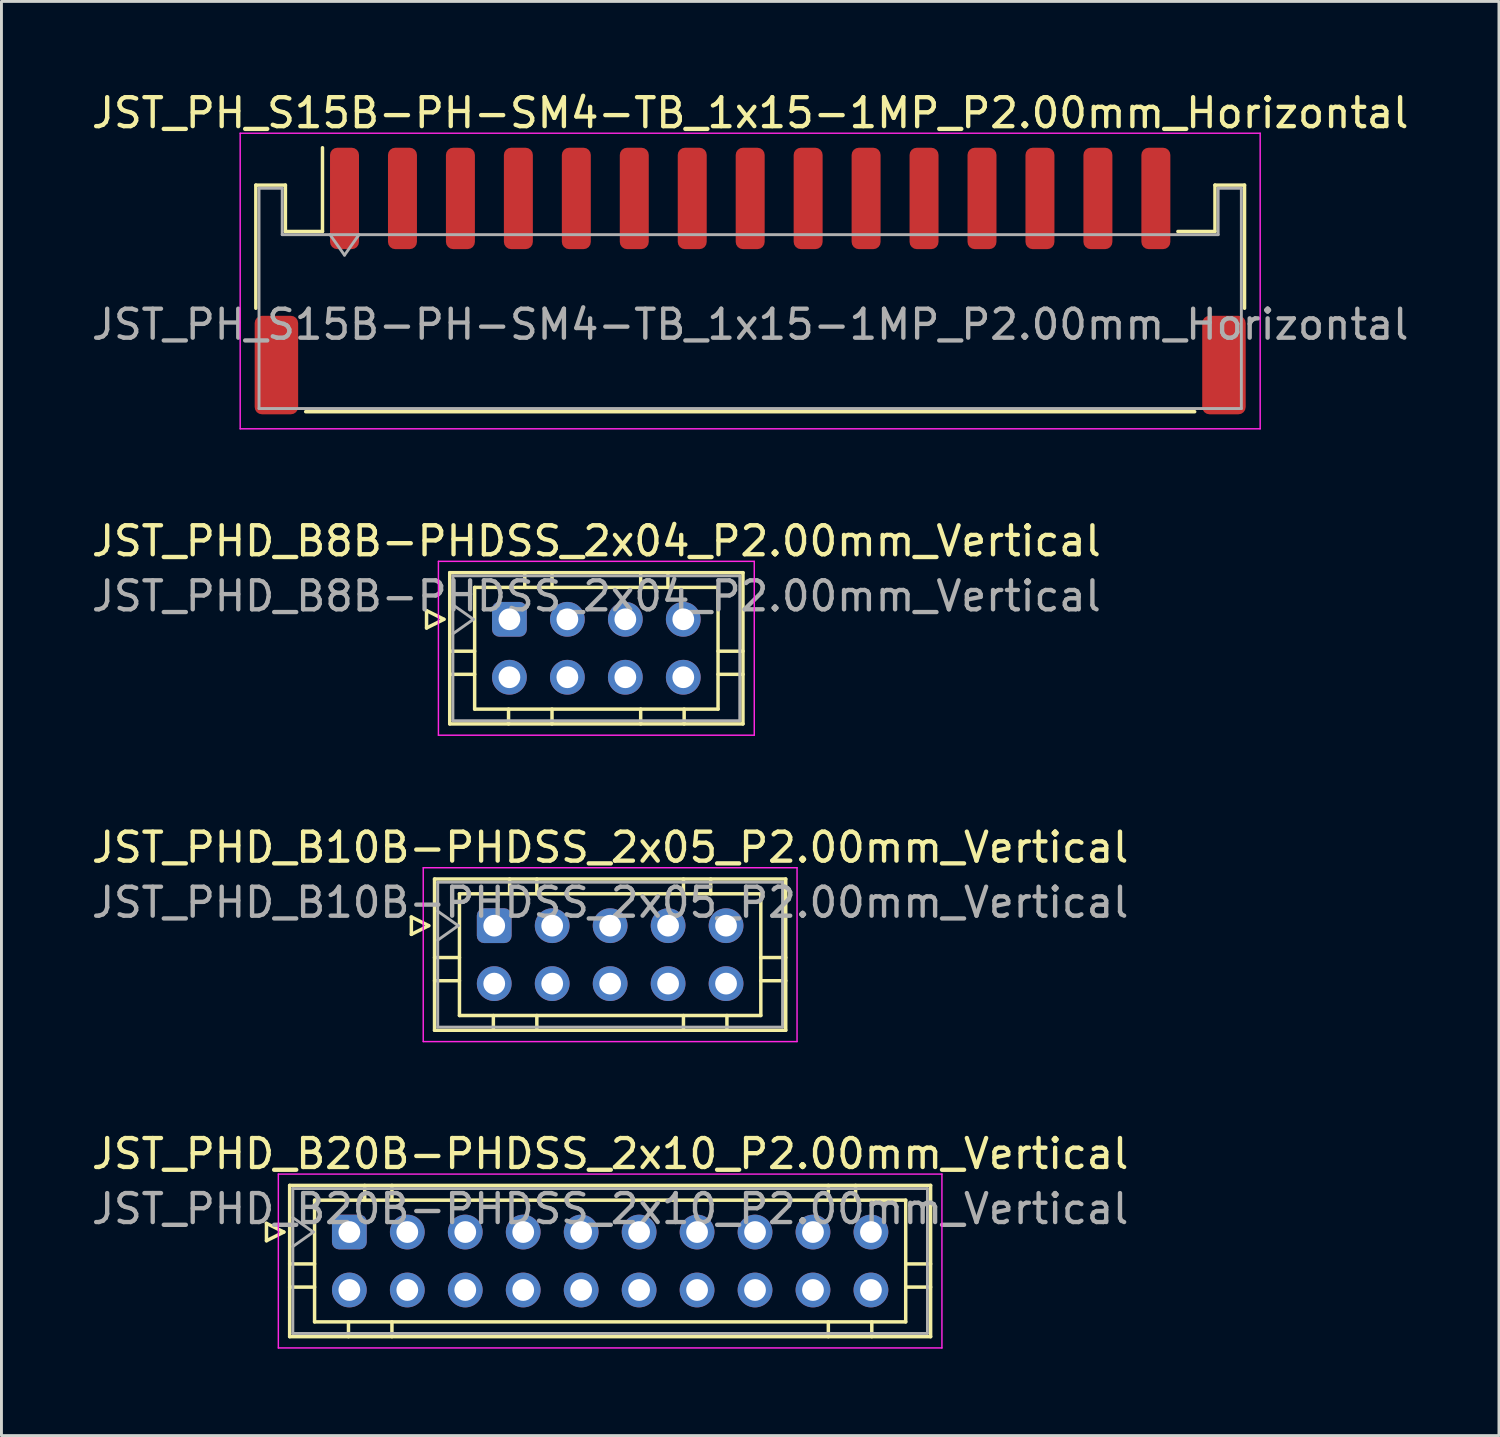
<source format=kicad_pcb>
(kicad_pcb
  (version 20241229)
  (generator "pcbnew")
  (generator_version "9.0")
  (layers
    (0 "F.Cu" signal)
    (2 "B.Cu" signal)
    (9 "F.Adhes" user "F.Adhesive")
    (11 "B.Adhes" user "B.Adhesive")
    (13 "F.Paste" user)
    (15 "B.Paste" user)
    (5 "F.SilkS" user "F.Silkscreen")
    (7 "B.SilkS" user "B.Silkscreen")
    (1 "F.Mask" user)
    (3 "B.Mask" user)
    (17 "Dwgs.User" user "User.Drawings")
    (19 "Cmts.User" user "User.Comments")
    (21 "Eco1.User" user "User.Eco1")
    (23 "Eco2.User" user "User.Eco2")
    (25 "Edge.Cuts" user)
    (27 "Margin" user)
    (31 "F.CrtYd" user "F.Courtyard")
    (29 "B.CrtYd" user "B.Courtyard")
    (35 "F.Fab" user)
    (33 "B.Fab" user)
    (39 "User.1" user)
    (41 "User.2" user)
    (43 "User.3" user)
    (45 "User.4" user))
  (footprint "JST_PH_S15B-PH-SM4-TB_1x15-1MP_P2.00mm_Horizontal"
    (layer "F.Cu")
    (at 22.839 6.648)
    (property "Reference" "JST_PH_S15B-PH-SM4-TB_1x15-1MP_P2.00mm_Horizontal" (at 0 -5.8 0) (layer "F.SilkS") (effects (font (size 1 1) (thickness 0.15))))
    (attr smd)
    (fp_line (start -17.06 -3.31) (end -16.04 -3.31) (stroke (width 0.12) (type solid)) (layer "F.SilkS"))
    (fp_line (start -17.06 0.94) (end -17.06 -3.31) (stroke (width 0.12) (type solid)) (layer "F.SilkS"))
    (fp_line (start -16.04 -3.31) (end -16.04 -1.71) (stroke (width 0.12) (type solid)) (layer "F.SilkS"))
    (fp_line (start -16.04 -1.71) (end -14.76 -1.71) (stroke (width 0.12) (type solid)) (layer "F.SilkS"))
    (fp_line (start -15.34 4.51) (end 15.34 4.51) (stroke (width 0.12) (type solid)) (layer "F.SilkS"))
    (fp_line (start -14.76 -1.71) (end -14.76 -4.6) (stroke (width 0.12) (type solid)) (layer "F.SilkS"))
    (fp_line (start 16.04 -3.31) (end 16.04 -1.71) (stroke (width 0.12) (type solid)) (layer "F.SilkS"))
    (fp_line (start 16.04 -1.71) (end 14.76 -1.71) (stroke (width 0.12) (type solid)) (layer "F.SilkS"))
    (fp_line (start 17.06 -3.31) (end 16.04 -3.31) (stroke (width 0.12) (type solid)) (layer "F.SilkS"))
    (fp_line (start 17.06 0.94) (end 17.06 -3.31) (stroke (width 0.12) (type solid)) (layer "F.SilkS"))
    (fp_line (start -17.6 -5.1) (end -17.6 5.1) (stroke (width 0.05) (type solid)) (layer "F.CrtYd"))
    (fp_line (start -17.6 5.1) (end 17.6 5.1) (stroke (width 0.05) (type solid)) (layer "F.CrtYd"))
    (fp_line (start 17.6 -5.1) (end -17.6 -5.1) (stroke (width 0.05) (type solid)) (layer "F.CrtYd"))
    (fp_line (start 17.6 5.1) (end 17.6 -5.1) (stroke (width 0.05) (type solid)) (layer "F.CrtYd"))
    (fp_line (start -16.95 -3.2) (end -16.95 4.4) (stroke (width 0.1) (type solid)) (layer "F.Fab"))
    (fp_line (start -16.95 -3.2) (end -16.15 -3.2) (stroke (width 0.1) (type solid)) (layer "F.Fab"))
    (fp_line (start -16.95 4.4) (end 16.95 4.4) (stroke (width 0.1) (type solid)) (layer "F.Fab"))
    (fp_line (start -16.15 -3.2) (end -16.15 -1.6) (stroke (width 0.1) (type solid)) (layer "F.Fab"))
    (fp_line (start -16.15 -1.6) (end 16.15 -1.6) (stroke (width 0.1) (type solid)) (layer "F.Fab"))
    (fp_line (start -14.5 -1.6) (end -14 -0.893) (stroke (width 0.1) (type solid)) (layer "F.Fab"))
    (fp_line (start -14 -0.893) (end -13.5 -1.6) (stroke (width 0.1) (type solid)) (layer "F.Fab"))
    (fp_line (start 16.15 -3.2) (end 16.95 -3.2) (stroke (width 0.1) (type solid)) (layer "F.Fab"))
    (fp_line (start 16.15 -1.6) (end 16.15 -3.2) (stroke (width 0.1) (type solid)) (layer "F.Fab"))
    (fp_line (start 16.95 -3.2) (end 16.95 4.4) (stroke (width 0.1) (type solid)) (layer "F.Fab"))
    (fp_text user "${REFERENCE}" (at 0 1.5 0) (layer "F.Fab") (effects (font (size 1 1) (thickness 0.15))))
    (pad "1" smd roundrect (at -14 -2.85) (size 1 3.5) (layers "F.Cu" "F.Mask" "F.Paste") (roundrect_rratio 0.25))
    (pad "2" smd roundrect (at -12 -2.85) (size 1 3.5) (layers "F.Cu" "F.Mask" "F.Paste") (roundrect_rratio 0.25))
    (pad "3" smd roundrect (at -10 -2.85) (size 1 3.5) (layers "F.Cu" "F.Mask" "F.Paste") (roundrect_rratio 0.25))
    (pad "4" smd roundrect (at -8 -2.85) (size 1 3.5) (layers "F.Cu" "F.Mask" "F.Paste") (roundrect_rratio 0.25))
    (pad "5" smd roundrect (at -6 -2.85) (size 1 3.5) (layers "F.Cu" "F.Mask" "F.Paste") (roundrect_rratio 0.25))
    (pad "6" smd roundrect (at -4 -2.85) (size 1 3.5) (layers "F.Cu" "F.Mask" "F.Paste") (roundrect_rratio 0.25))
    (pad "7" smd roundrect (at -2 -2.85) (size 1 3.5) (layers "F.Cu" "F.Mask" "F.Paste") (roundrect_rratio 0.25))
    (pad "8" smd roundrect (at 0 -2.85) (size 1 3.5) (layers "F.Cu" "F.Mask" "F.Paste") (roundrect_rratio 0.25))
    (pad "9" smd roundrect (at 2 -2.85) (size 1 3.5) (layers "F.Cu" "F.Mask" "F.Paste") (roundrect_rratio 0.25))
    (pad "10" smd roundrect (at 4 -2.85) (size 1 3.5) (layers "F.Cu" "F.Mask" "F.Paste") (roundrect_rratio 0.25))
    (pad "11" smd roundrect (at 6 -2.85) (size 1 3.5) (layers "F.Cu" "F.Mask" "F.Paste") (roundrect_rratio 0.25))
    (pad "12" smd roundrect (at 8 -2.85) (size 1 3.5) (layers "F.Cu" "F.Mask" "F.Paste") (roundrect_rratio 0.25))
    (pad "13" smd roundrect (at 10 -2.85) (size 1 3.5) (layers "F.Cu" "F.Mask" "F.Paste") (roundrect_rratio 0.25))
    (pad "14" smd roundrect (at 12 -2.85) (size 1 3.5) (layers "F.Cu" "F.Mask" "F.Paste") (roundrect_rratio 0.25))
    (pad "15" smd roundrect (at 14 -2.85) (size 1 3.5) (layers "F.Cu" "F.Mask" "F.Paste") (roundrect_rratio 0.25))
    (pad "MP" smd roundrect (at -16.35 2.9) (size 1.5 3.4) (layers "F.Cu" "F.Mask" "F.Paste") (roundrect_rratio 0.167))
    (pad "MP" smd roundrect (at 16.35 2.9) (size 1.5 3.4) (layers "F.Cu" "F.Mask" "F.Paste") (roundrect_rratio 0.167)))
  (footprint "JST_PHD_B8B-PHDSS_2x04_P2.00mm_Vertical"
    (layer "F.Cu")
    (at 14.53 18.322)
    (property "Reference" "JST_PHD_B8B-PHDSS_2x04_P2.00mm_Vertical" (at 3 -2.7 0) (layer "F.SilkS") (effects (font (size 1 1) (thickness 0.15))))
    (attr through_hole)
    (fp_line (start -2.86 -0.3) (end -2.26 0) (stroke (width 0.12) (type solid)) (layer "F.SilkS"))
    (fp_line (start -2.86 0.3) (end -2.86 -0.3) (stroke (width 0.12) (type solid)) (layer "F.SilkS"))
    (fp_line (start -2.26 0) (end -2.86 0.3) (stroke (width 0.12) (type solid)) (layer "F.SilkS"))
    (fp_line (start -2.06 -1.61) (end -2.06 3.61) (stroke (width 0.12) (type solid)) (layer "F.SilkS"))
    (fp_line (start -2.06 1.1) (end -1.2 1.1) (stroke (width 0.12) (type solid)) (layer "F.SilkS"))
    (fp_line (start -2.06 1.9) (end -1.2 1.9) (stroke (width 0.12) (type solid)) (layer "F.SilkS"))
    (fp_line (start -2.06 3.61) (end 8.06 3.61) (stroke (width 0.12) (type solid)) (layer "F.SilkS"))
    (fp_line (start -1.2 -1.1) (end -1.2 3.1) (stroke (width 0.12) (type solid)) (layer "F.SilkS"))
    (fp_line (start -1.2 3.1) (end 7.2 3.1) (stroke (width 0.12) (type solid)) (layer "F.SilkS"))
    (fp_line (start -0.03 3.61) (end -0.03 3.1) (stroke (width 0.12) (type solid)) (layer "F.SilkS"))
    (fp_line (start 0.53 -1.61) (end 0.53 -1.1) (stroke (width 0.12) (type solid)) (layer "F.SilkS"))
    (fp_line (start 1.47 -1.61) (end 1.47 -1.1) (stroke (width 0.12) (type solid)) (layer "F.SilkS"))
    (fp_line (start 1.47 3.61) (end 1.47 3.1) (stroke (width 0.12) (type solid)) (layer "F.SilkS"))
    (fp_line (start 4.53 -1.61) (end 4.53 -1.1) (stroke (width 0.12) (type solid)) (layer "F.SilkS"))
    (fp_line (start 4.53 3.61) (end 4.53 3.1) (stroke (width 0.12) (type solid)) (layer "F.SilkS"))
    (fp_line (start 5.47 -1.61) (end 5.47 -1.1) (stroke (width 0.12) (type solid)) (layer "F.SilkS"))
    (fp_line (start 6.03 3.61) (end 6.03 3.1) (stroke (width 0.12) (type solid)) (layer "F.SilkS"))
    (fp_line (start 7.2 -1.1) (end -1.2 -1.1) (stroke (width 0.12) (type solid)) (layer "F.SilkS"))
    (fp_line (start 7.2 3.1) (end 7.2 -1.1) (stroke (width 0.12) (type solid)) (layer "F.SilkS"))
    (fp_line (start 8.06 -1.61) (end -2.06 -1.61) (stroke (width 0.12) (type solid)) (layer "F.SilkS"))
    (fp_line (start 8.06 1.1) (end 7.2 1.1) (stroke (width 0.12) (type solid)) (layer "F.SilkS"))
    (fp_line (start 8.06 1.9) (end 7.2 1.9) (stroke (width 0.12) (type solid)) (layer "F.SilkS"))
    (fp_line (start 8.06 3.61) (end 8.06 -1.61) (stroke (width 0.12) (type solid)) (layer "F.SilkS"))
    (fp_line (start -2.45 -2) (end -2.45 4) (stroke (width 0.05) (type solid)) (layer "F.CrtYd"))
    (fp_line (start -2.45 4) (end 8.45 4) (stroke (width 0.05) (type solid)) (layer "F.CrtYd"))
    (fp_line (start 8.45 -2) (end -2.45 -2) (stroke (width 0.05) (type solid)) (layer "F.CrtYd"))
    (fp_line (start 8.45 4) (end 8.45 -2) (stroke (width 0.05) (type solid)) (layer "F.CrtYd"))
    (fp_line (start -1.95 -1.5) (end -1.95 3.5) (stroke (width 0.1) (type solid)) (layer "F.Fab"))
    (fp_line (start -1.95 0.5) (end -1.243 0) (stroke (width 0.1) (type solid)) (layer "F.Fab"))
    (fp_line (start -1.95 3.5) (end 7.95 3.5) (stroke (width 0.1) (type solid)) (layer "F.Fab"))
    (fp_line (start -1.243 0) (end -1.95 -0.5) (stroke (width 0.1) (type solid)) (layer "F.Fab"))
    (fp_line (start 7.95 -1.5) (end -1.95 -1.5) (stroke (width 0.1) (type solid)) (layer "F.Fab"))
    (fp_line (start 7.95 3.5) (end 7.95 -1.5) (stroke (width 0.1) (type solid)) (layer "F.Fab"))
    (fp_text user "${REFERENCE}" (at 3 -0.8 0) (layer "F.Fab") (effects (font (size 1 1) (thickness 0.15))))
    (pad "1" thru_hole roundrect (at 0 0) (size 1.2 1.2) (drill 0.75) (layers "*.Cu" "*.Mask") (roundrect_rratio 0.208))
    (pad "2" thru_hole circle (at 0 2) (size 1.2 1.2) (drill 0.75) (layers "*.Cu" "*.Mask"))
    (pad "3" thru_hole circle (at 2 0) (size 1.2 1.2) (drill 0.75) (layers "*.Cu" "*.Mask"))
    (pad "4" thru_hole circle (at 2 2) (size 1.2 1.2) (drill 0.75) (layers "*.Cu" "*.Mask"))
    (pad "5" thru_hole circle (at 4 0) (size 1.2 1.2) (drill 0.75) (layers "*.Cu" "*.Mask"))
    (pad "6" thru_hole circle (at 4 2) (size 1.2 1.2) (drill 0.75) (layers "*.Cu" "*.Mask"))
    (pad "7" thru_hole circle (at 6 0) (size 1.2 1.2) (drill 0.75) (layers "*.Cu" "*.Mask"))
    (pad "8" thru_hole circle (at 6 2) (size 1.2 1.2) (drill 0.75) (layers "*.Cu" "*.Mask")))
  (footprint "JST_PHD_B10B-PHDSS_2x05_P2.00mm_Vertical"
    (layer "F.Cu")
    (at 14.006 28.895)
    (property "Reference" "JST_PHD_B10B-PHDSS_2x05_P2.00mm_Vertical" (at 4 -2.7 0) (layer "F.SilkS") (effects (font (size 1 1) (thickness 0.15))))
    (attr through_hole)
    (fp_line (start -2.86 -0.3) (end -2.26 0) (stroke (width 0.12) (type solid)) (layer "F.SilkS"))
    (fp_line (start -2.86 0.3) (end -2.86 -0.3) (stroke (width 0.12) (type solid)) (layer "F.SilkS"))
    (fp_line (start -2.26 0) (end -2.86 0.3) (stroke (width 0.12) (type solid)) (layer "F.SilkS"))
    (fp_line (start -2.06 -1.61) (end -2.06 3.61) (stroke (width 0.12) (type solid)) (layer "F.SilkS"))
    (fp_line (start -2.06 1.1) (end -1.2 1.1) (stroke (width 0.12) (type solid)) (layer "F.SilkS"))
    (fp_line (start -2.06 1.9) (end -1.2 1.9) (stroke (width 0.12) (type solid)) (layer "F.SilkS"))
    (fp_line (start -2.06 3.61) (end 10.06 3.61) (stroke (width 0.12) (type solid)) (layer "F.SilkS"))
    (fp_line (start -1.2 -1.1) (end -1.2 3.1) (stroke (width 0.12) (type solid)) (layer "F.SilkS"))
    (fp_line (start -1.2 3.1) (end 9.2 3.1) (stroke (width 0.12) (type solid)) (layer "F.SilkS"))
    (fp_line (start -0.03 3.61) (end -0.03 3.1) (stroke (width 0.12) (type solid)) (layer "F.SilkS"))
    (fp_line (start 0.53 -1.61) (end 0.53 -1.1) (stroke (width 0.12) (type solid)) (layer "F.SilkS"))
    (fp_line (start 1.47 -1.61) (end 1.47 -1.1) (stroke (width 0.12) (type solid)) (layer "F.SilkS"))
    (fp_line (start 1.47 3.61) (end 1.47 3.1) (stroke (width 0.12) (type solid)) (layer "F.SilkS"))
    (fp_line (start 6.53 -1.61) (end 6.53 -1.1) (stroke (width 0.12) (type solid)) (layer "F.SilkS"))
    (fp_line (start 6.53 3.61) (end 6.53 3.1) (stroke (width 0.12) (type solid)) (layer "F.SilkS"))
    (fp_line (start 7.47 -1.61) (end 7.47 -1.1) (stroke (width 0.12) (type solid)) (layer "F.SilkS"))
    (fp_line (start 8.03 3.61) (end 8.03 3.1) (stroke (width 0.12) (type solid)) (layer "F.SilkS"))
    (fp_line (start 9.2 -1.1) (end -1.2 -1.1) (stroke (width 0.12) (type solid)) (layer "F.SilkS"))
    (fp_line (start 9.2 3.1) (end 9.2 -1.1) (stroke (width 0.12) (type solid)) (layer "F.SilkS"))
    (fp_line (start 10.06 -1.61) (end -2.06 -1.61) (stroke (width 0.12) (type solid)) (layer "F.SilkS"))
    (fp_line (start 10.06 1.1) (end 9.2 1.1) (stroke (width 0.12) (type solid)) (layer "F.SilkS"))
    (fp_line (start 10.06 1.9) (end 9.2 1.9) (stroke (width 0.12) (type solid)) (layer "F.SilkS"))
    (fp_line (start 10.06 3.61) (end 10.06 -1.61) (stroke (width 0.12) (type solid)) (layer "F.SilkS"))
    (fp_line (start -2.45 -2) (end -2.45 4) (stroke (width 0.05) (type solid)) (layer "F.CrtYd"))
    (fp_line (start -2.45 4) (end 10.45 4) (stroke (width 0.05) (type solid)) (layer "F.CrtYd"))
    (fp_line (start 10.45 -2) (end -2.45 -2) (stroke (width 0.05) (type solid)) (layer "F.CrtYd"))
    (fp_line (start 10.45 4) (end 10.45 -2) (stroke (width 0.05) (type solid)) (layer "F.CrtYd"))
    (fp_line (start -1.95 -1.5) (end -1.95 3.5) (stroke (width 0.1) (type solid)) (layer "F.Fab"))
    (fp_line (start -1.95 0.5) (end -1.243 0) (stroke (width 0.1) (type solid)) (layer "F.Fab"))
    (fp_line (start -1.95 3.5) (end 9.95 3.5) (stroke (width 0.1) (type solid)) (layer "F.Fab"))
    (fp_line (start -1.243 0) (end -1.95 -0.5) (stroke (width 0.1) (type solid)) (layer "F.Fab"))
    (fp_line (start 9.95 -1.5) (end -1.95 -1.5) (stroke (width 0.1) (type solid)) (layer "F.Fab"))
    (fp_line (start 9.95 3.5) (end 9.95 -1.5) (stroke (width 0.1) (type solid)) (layer "F.Fab"))
    (fp_text user "${REFERENCE}" (at 4 -0.8 0) (layer "F.Fab") (effects (font (size 1 1) (thickness 0.15))))
    (pad "1" thru_hole roundrect (at 0 0) (size 1.2 1.2) (drill 0.75) (layers "*.Cu" "*.Mask") (roundrect_rratio 0.208))
    (pad "2" thru_hole circle (at 0 2) (size 1.2 1.2) (drill 0.75) (layers "*.Cu" "*.Mask"))
    (pad "3" thru_hole circle (at 2 0) (size 1.2 1.2) (drill 0.75) (layers "*.Cu" "*.Mask"))
    (pad "4" thru_hole circle (at 2 2) (size 1.2 1.2) (drill 0.75) (layers "*.Cu" "*.Mask"))
    (pad "5" thru_hole circle (at 4 0) (size 1.2 1.2) (drill 0.75) (layers "*.Cu" "*.Mask"))
    (pad "6" thru_hole circle (at 4 2) (size 1.2 1.2) (drill 0.75) (layers "*.Cu" "*.Mask"))
    (pad "7" thru_hole circle (at 6 0) (size 1.2 1.2) (drill 0.75) (layers "*.Cu" "*.Mask"))
    (pad "8" thru_hole circle (at 6 2) (size 1.2 1.2) (drill 0.75) (layers "*.Cu" "*.Mask"))
    (pad "9" thru_hole circle (at 8 0) (size 1.2 1.2) (drill 0.75) (layers "*.Cu" "*.Mask"))
    (pad "10" thru_hole circle (at 8 2) (size 1.2 1.2) (drill 0.75) (layers "*.Cu" "*.Mask")))
  (footprint "JST_PHD_B20B-PHDSS_2x10_P2.00mm_Vertical"
    (layer "F.Cu")
    (at 9.006 39.468)
    (property "Reference" "JST_PHD_B20B-PHDSS_2x10_P2.00mm_Vertical" (at 9 -2.7 0) (layer "F.SilkS") (effects (font (size 1 1) (thickness 0.15))))
    (attr through_hole)
    (fp_line (start -2.86 -0.3) (end -2.26 0) (stroke (width 0.12) (type solid)) (layer "F.SilkS"))
    (fp_line (start -2.86 0.3) (end -2.86 -0.3) (stroke (width 0.12) (type solid)) (layer "F.SilkS"))
    (fp_line (start -2.26 0) (end -2.86 0.3) (stroke (width 0.12) (type solid)) (layer "F.SilkS"))
    (fp_line (start -2.06 -1.61) (end -2.06 3.61) (stroke (width 0.12) (type solid)) (layer "F.SilkS"))
    (fp_line (start -2.06 1.1) (end -1.2 1.1) (stroke (width 0.12) (type solid)) (layer "F.SilkS"))
    (fp_line (start -2.06 1.9) (end -1.2 1.9) (stroke (width 0.12) (type solid)) (layer "F.SilkS"))
    (fp_line (start -2.06 3.61) (end 20.06 3.61) (stroke (width 0.12) (type solid)) (layer "F.SilkS"))
    (fp_line (start -1.2 -1.1) (end -1.2 3.1) (stroke (width 0.12) (type solid)) (layer "F.SilkS"))
    (fp_line (start -1.2 3.1) (end 19.2 3.1) (stroke (width 0.12) (type solid)) (layer "F.SilkS"))
    (fp_line (start -0.03 3.61) (end -0.03 3.1) (stroke (width 0.12) (type solid)) (layer "F.SilkS"))
    (fp_line (start 0.53 -1.61) (end 0.53 -1.1) (stroke (width 0.12) (type solid)) (layer "F.SilkS"))
    (fp_line (start 1.47 -1.61) (end 1.47 -1.1) (stroke (width 0.12) (type solid)) (layer "F.SilkS"))
    (fp_line (start 1.47 3.61) (end 1.47 3.1) (stroke (width 0.12) (type solid)) (layer "F.SilkS"))
    (fp_line (start 16.53 -1.61) (end 16.53 -1.1) (stroke (width 0.12) (type solid)) (layer "F.SilkS"))
    (fp_line (start 16.53 3.61) (end 16.53 3.1) (stroke (width 0.12) (type solid)) (layer "F.SilkS"))
    (fp_line (start 17.47 -1.61) (end 17.47 -1.1) (stroke (width 0.12) (type solid)) (layer "F.SilkS"))
    (fp_line (start 18.03 3.61) (end 18.03 3.1) (stroke (width 0.12) (type solid)) (layer "F.SilkS"))
    (fp_line (start 19.2 -1.1) (end -1.2 -1.1) (stroke (width 0.12) (type solid)) (layer "F.SilkS"))
    (fp_line (start 19.2 3.1) (end 19.2 -1.1) (stroke (width 0.12) (type solid)) (layer "F.SilkS"))
    (fp_line (start 20.06 -1.61) (end -2.06 -1.61) (stroke (width 0.12) (type solid)) (layer "F.SilkS"))
    (fp_line (start 20.06 1.1) (end 19.2 1.1) (stroke (width 0.12) (type solid)) (layer "F.SilkS"))
    (fp_line (start 20.06 1.9) (end 19.2 1.9) (stroke (width 0.12) (type solid)) (layer "F.SilkS"))
    (fp_line (start 20.06 3.61) (end 20.06 -1.61) (stroke (width 0.12) (type solid)) (layer "F.SilkS"))
    (fp_line (start -2.45 -2) (end -2.45 4) (stroke (width 0.05) (type solid)) (layer "F.CrtYd"))
    (fp_line (start -2.45 4) (end 20.45 4) (stroke (width 0.05) (type solid)) (layer "F.CrtYd"))
    (fp_line (start 20.45 -2) (end -2.45 -2) (stroke (width 0.05) (type solid)) (layer "F.CrtYd"))
    (fp_line (start 20.45 4) (end 20.45 -2) (stroke (width 0.05) (type solid)) (layer "F.CrtYd"))
    (fp_line (start -1.95 -1.5) (end -1.95 3.5) (stroke (width 0.1) (type solid)) (layer "F.Fab"))
    (fp_line (start -1.95 0.5) (end -1.243 0) (stroke (width 0.1) (type solid)) (layer "F.Fab"))
    (fp_line (start -1.95 3.5) (end 19.95 3.5) (stroke (width 0.1) (type solid)) (layer "F.Fab"))
    (fp_line (start -1.243 0) (end -1.95 -0.5) (stroke (width 0.1) (type solid)) (layer "F.Fab"))
    (fp_line (start 19.95 -1.5) (end -1.95 -1.5) (stroke (width 0.1) (type solid)) (layer "F.Fab"))
    (fp_line (start 19.95 3.5) (end 19.95 -1.5) (stroke (width 0.1) (type solid)) (layer "F.Fab"))
    (fp_text user "${REFERENCE}" (at 9 -0.8 0) (layer "F.Fab") (effects (font (size 1 1) (thickness 0.15))))
    (pad "1" thru_hole roundrect (at 0 0) (size 1.2 1.2) (drill 0.75) (layers "*.Cu" "*.Mask") (roundrect_rratio 0.208))
    (pad "2" thru_hole circle (at 0 2) (size 1.2 1.2) (drill 0.75) (layers "*.Cu" "*.Mask"))
    (pad "3" thru_hole circle (at 2 0) (size 1.2 1.2) (drill 0.75) (layers "*.Cu" "*.Mask"))
    (pad "4" thru_hole circle (at 2 2) (size 1.2 1.2) (drill 0.75) (layers "*.Cu" "*.Mask"))
    (pad "5" thru_hole circle (at 4 0) (size 1.2 1.2) (drill 0.75) (layers "*.Cu" "*.Mask"))
    (pad "6" thru_hole circle (at 4 2) (size 1.2 1.2) (drill 0.75) (layers "*.Cu" "*.Mask"))
    (pad "7" thru_hole circle (at 6 0) (size 1.2 1.2) (drill 0.75) (layers "*.Cu" "*.Mask"))
    (pad "8" thru_hole circle (at 6 2) (size 1.2 1.2) (drill 0.75) (layers "*.Cu" "*.Mask"))
    (pad "9" thru_hole circle (at 8 0) (size 1.2 1.2) (drill 0.75) (layers "*.Cu" "*.Mask"))
    (pad "10" thru_hole circle (at 8 2) (size 1.2 1.2) (drill 0.75) (layers "*.Cu" "*.Mask"))
    (pad "11" thru_hole circle (at 10 0) (size 1.2 1.2) (drill 0.75) (layers "*.Cu" "*.Mask"))
    (pad "12" thru_hole circle (at 10 2) (size 1.2 1.2) (drill 0.75) (layers "*.Cu" "*.Mask"))
    (pad "13" thru_hole circle (at 12 0) (size 1.2 1.2) (drill 0.75) (layers "*.Cu" "*.Mask"))
    (pad "14" thru_hole circle (at 12 2) (size 1.2 1.2) (drill 0.75) (layers "*.Cu" "*.Mask"))
    (pad "15" thru_hole circle (at 14 0) (size 1.2 1.2) (drill 0.75) (layers "*.Cu" "*.Mask"))
    (pad "16" thru_hole circle (at 14 2) (size 1.2 1.2) (drill 0.75) (layers "*.Cu" "*.Mask"))
    (pad "17" thru_hole circle (at 16 0) (size 1.2 1.2) (drill 0.75) (layers "*.Cu" "*.Mask"))
    (pad "18" thru_hole circle (at 16 2) (size 1.2 1.2) (drill 0.75) (layers "*.Cu" "*.Mask"))
    (pad "19" thru_hole circle (at 18 0) (size 1.2 1.2) (drill 0.75) (layers "*.Cu" "*.Mask"))
    (pad "20" thru_hole circle (at 18 2) (size 1.2 1.2) (drill 0.75) (layers "*.Cu" "*.Mask")))
  (gr_rect
    (start -3 -3)
    (end 48.679 46.493)
    (stroke (width 0.1) (type default))
    (fill no)
    (layer "Edge.Cuts")))
</source>
